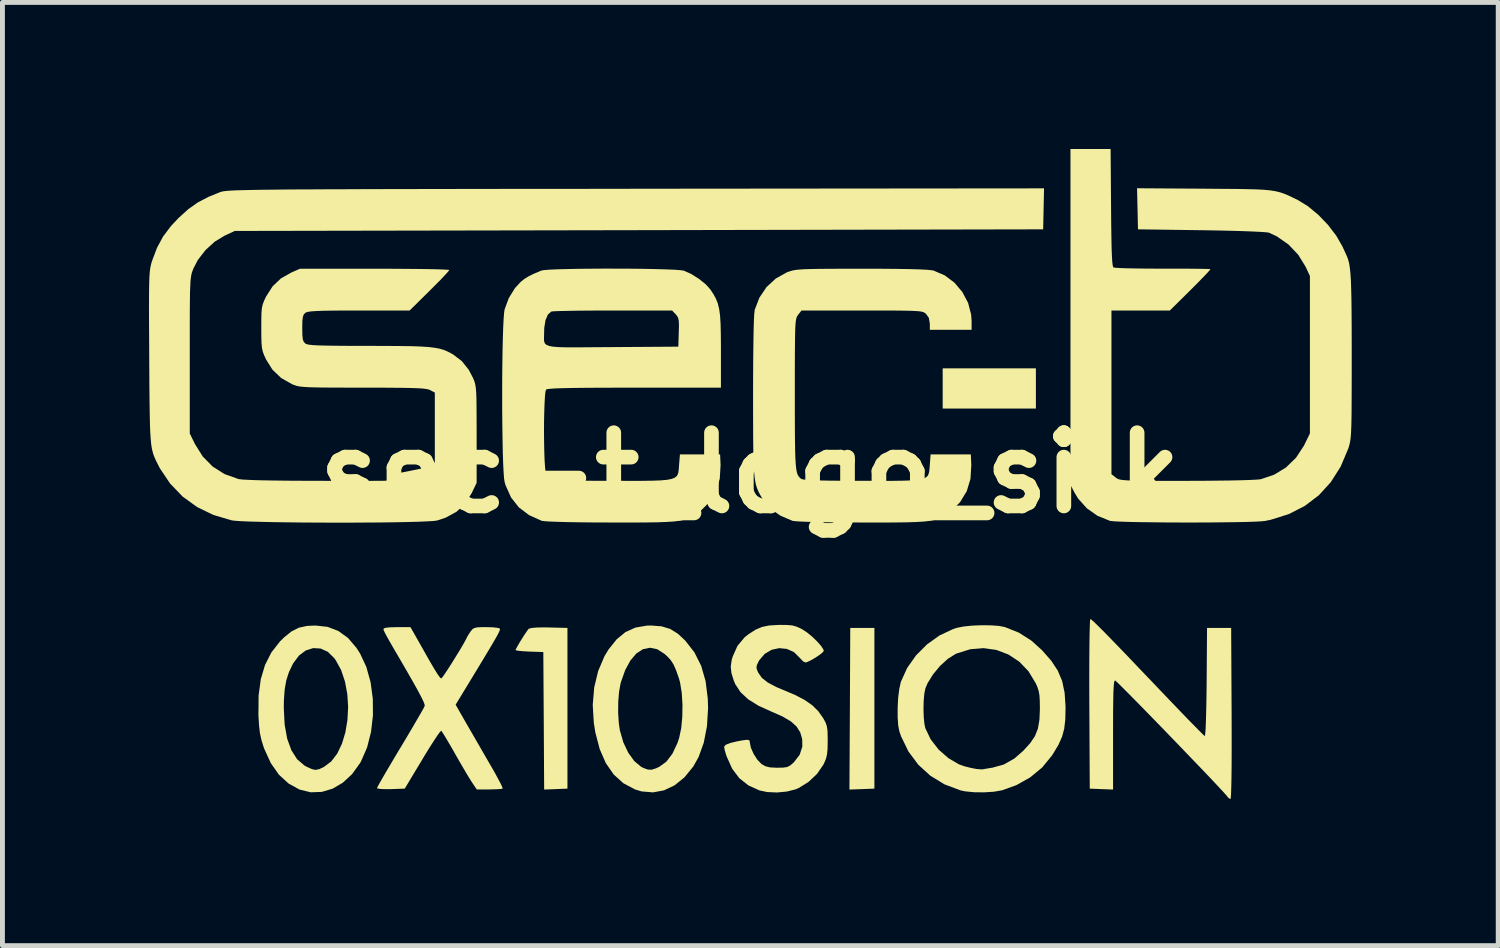
<source format=kicad_pcb>
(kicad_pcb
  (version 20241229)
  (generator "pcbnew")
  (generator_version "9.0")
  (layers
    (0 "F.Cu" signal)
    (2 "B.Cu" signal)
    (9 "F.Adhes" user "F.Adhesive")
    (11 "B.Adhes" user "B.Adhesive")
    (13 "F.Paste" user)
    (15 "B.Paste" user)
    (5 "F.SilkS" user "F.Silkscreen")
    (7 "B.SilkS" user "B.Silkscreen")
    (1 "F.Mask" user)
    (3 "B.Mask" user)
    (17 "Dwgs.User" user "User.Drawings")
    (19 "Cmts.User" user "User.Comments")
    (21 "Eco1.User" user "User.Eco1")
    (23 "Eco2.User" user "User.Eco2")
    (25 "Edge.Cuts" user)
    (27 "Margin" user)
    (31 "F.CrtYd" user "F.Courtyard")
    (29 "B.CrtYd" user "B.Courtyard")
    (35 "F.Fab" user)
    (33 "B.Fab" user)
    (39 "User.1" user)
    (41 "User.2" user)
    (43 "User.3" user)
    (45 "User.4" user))
  (footprint "sec-t_logo_silk"
    (layer "F.Cu")
    (at 12.301 6.63)
    (property "Reference" "sec-t_logo_silk" (at 0 0 0) (layer "F.SilkS") (effects (font (size 1.5 1.5) (thickness 0.3))))
    (attr board_only exclude_from_pos_files exclude_from_bom)
    (fp_poly (pts (xy 2.55 4.82) (xy 2.55 6.465) (xy 2.295 6.475) (xy 2.039 6.484) (xy 2.048 4.83) (xy 2.056 3.175) (xy 2.303 3.175) (xy 2.55 3.175)) (stroke (width 0) (type solid)) (fill yes) (layer "F.SilkS"))
    (fp_poly (pts (xy 5.856 -1.727) (xy 5.856 -1.316) (xy 4.902 -1.316) (xy 3.948 -1.316) (xy 3.948 -1.727) (xy 3.948 -2.139) (xy 4.902 -2.139) (xy 5.856 -2.139)) (stroke (width 0) (type solid)) (fill yes) (layer "F.SilkS"))
    (fp_poly (pts (xy -4.108 3.166) (xy -3.734 3.175) (xy -3.734 4.82) (xy -3.734 6.465) (xy -3.973 6.475) (xy -4.211 6.484) (xy -4.219 5.076) (xy -4.228 3.669) (xy -4.518 3.659) (xy -4.645 3.652) (xy -4.742 3.643) (xy -4.793 3.631) (xy -4.798 3.626) (xy -4.76 3.554) (xy -4.703 3.456) (xy -4.639 3.353) (xy -4.579 3.263) (xy -4.536 3.203) (xy -4.526 3.193) (xy -4.468 3.176) (xy -4.351 3.166) (xy -4.178 3.164)) (stroke (width 0) (type solid)) (fill yes) (layer "F.SilkS"))
    (fp_poly (pts (xy -1.808 3.142) (xy -1.633 3.195) (xy -1.473 3.294) (xy -1.322 3.435) (xy -1.135 3.675) (xy -0.997 3.95) (xy -0.906 4.264) (xy -0.861 4.622) (xy -0.855 4.82) (xy -0.878 5.189) (xy -0.943 5.524) (xy -1.049 5.818) (xy -1.159 6.014) (xy -1.339 6.234) (xy -1.54 6.397) (xy -1.756 6.5) (xy -1.983 6.542) (xy -2.217 6.522) (xy -2.355 6.48) (xy -2.589 6.355) (xy -2.787 6.176) (xy -2.949 5.942) (xy -3.074 5.655) (xy -3.163 5.314) (xy -3.194 5.119) (xy -3.207 4.912) (xy -2.696 4.912) (xy -2.683 5.119) (xy -2.661 5.271) (xy -2.59 5.518) (xy -2.489 5.73) (xy -2.367 5.9) (xy -2.227 6.017) (xy -2.178 6.042) (xy -2.088 6.075) (xy -2.011 6.078) (xy -1.922 6.05) (xy -1.855 6.019) (xy -1.71 5.914) (xy -1.585 5.75) (xy -1.483 5.534) (xy -1.447 5.427) (xy -1.405 5.229) (xy -1.383 4.995) (xy -1.379 4.746) (xy -1.394 4.505) (xy -1.428 4.294) (xy -1.451 4.209) (xy -1.509 4.044) (xy -1.561 3.925) (xy -1.62 3.834) (xy -1.694 3.754) (xy -1.749 3.705) (xy -1.897 3.611) (xy -2.045 3.581) (xy -2.188 3.61) (xy -2.323 3.698) (xy -2.445 3.841) (xy -2.551 4.036) (xy -2.638 4.281) (xy -2.648 4.32) (xy -2.678 4.487) (xy -2.694 4.692) (xy -2.696 4.912) (xy -3.207 4.912) (xy -3.216 4.75) (xy -3.186 4.392) (xy -3.105 4.057) (xy -2.976 3.754) (xy -2.892 3.615) (xy -2.725 3.407) (xy -2.545 3.259) (xy -2.342 3.168) (xy -2.109 3.128) (xy -2.019 3.126)) (stroke (width 0) (type solid)) (fill yes) (layer "F.SilkS"))
    (fp_poly (pts (xy -8.645 3.153) (xy -8.424 3.238) (xy -8.227 3.38) (xy -8.053 3.584) (xy -7.98 3.698) (xy -7.851 3.974) (xy -7.764 4.287) (xy -7.719 4.622) (xy -7.716 4.966) (xy -7.755 5.303) (xy -7.835 5.62) (xy -7.958 5.903) (xy -7.98 5.942) (xy -8.143 6.168) (xy -8.332 6.343) (xy -8.541 6.466) (xy -8.763 6.532) (xy -8.99 6.54) (xy -9.216 6.485) (xy -9.217 6.485) (xy -9.443 6.361) (xy -9.641 6.18) (xy -9.807 5.943) (xy -9.94 5.652) (xy -9.958 5.602) (xy -10 5.465) (xy -10.029 5.333) (xy -10.047 5.182) (xy -10.059 4.992) (xy -10.061 4.941) (xy -10.059 4.817) (xy -9.541 4.817) (xy -9.524 5.153) (xy -9.472 5.442) (xy -9.386 5.679) (xy -9.268 5.864) (xy -9.117 5.993) (xy -9.074 6.017) (xy -8.968 6.065) (xy -8.892 6.082) (xy -8.818 6.067) (xy -8.72 6.021) (xy -8.571 5.91) (xy -8.447 5.748) (xy -8.35 5.545) (xy -8.28 5.312) (xy -8.238 5.057) (xy -8.224 4.792) (xy -8.241 4.527) (xy -8.289 4.272) (xy -8.368 4.036) (xy -8.481 3.831) (xy -8.508 3.794) (xy -8.639 3.665) (xy -8.786 3.597) (xy -8.939 3.588) (xy -9.09 3.636) (xy -9.229 3.74) (xy -9.348 3.899) (xy -9.357 3.915) (xy -9.436 4.08) (xy -9.49 4.247) (xy -9.523 4.434) (xy -9.539 4.658) (xy -9.541 4.817) (xy -10.059 4.817) (xy -10.057 4.559) (xy -10.012 4.225) (xy -9.925 3.933) (xy -9.795 3.677) (xy -9.618 3.45) (xy -9.531 3.365) (xy -9.381 3.245) (xy -9.234 3.171) (xy -9.067 3.134) (xy -8.895 3.126)) (stroke (width 0) (type solid)) (fill yes) (layer "F.SilkS"))
    (fp_poly (pts (xy 6.987 3.002) (xy 7.02 3.029) (xy 7.072 3.078) (xy 7.147 3.151) (xy 7.247 3.251) (xy 7.375 3.382) (xy 7.535 3.547) (xy 7.729 3.748) (xy 7.959 3.99) (xy 8.23 4.273) (xy 8.454 4.508) (xy 8.644 4.707) (xy 8.821 4.891) (xy 8.978 5.054) (xy 9.112 5.19) (xy 9.216 5.296) (xy 9.285 5.364) (xy 9.314 5.39) (xy 9.314 5.39) (xy 9.321 5.361) (xy 9.329 5.273) (xy 9.335 5.133) (xy 9.341 4.947) (xy 9.346 4.723) (xy 9.35 4.467) (xy 9.352 4.288) (xy 9.36 3.175) (xy 9.607 3.175) (xy 9.854 3.175) (xy 9.863 4.927) (xy 9.864 5.333) (xy 9.864 5.691) (xy 9.863 5.998) (xy 9.86 6.251) (xy 9.856 6.448) (xy 9.851 6.586) (xy 9.845 6.663) (xy 9.839 6.679) (xy 9.797 6.654) (xy 9.782 6.634) (xy 9.751 6.597) (xy 9.681 6.52) (xy 9.576 6.407) (xy 9.443 6.265) (xy 9.285 6.099) (xy 9.108 5.915) (xy 8.919 5.718) (xy 8.722 5.513) (xy 8.522 5.306) (xy 8.325 5.103) (xy 8.136 4.909) (xy 7.961 4.73) (xy 7.805 4.572) (xy 7.673 4.439) (xy 7.571 4.337) (xy 7.504 4.272) (xy 7.477 4.25) (xy 7.466 4.26) (xy 7.456 4.3) (xy 7.449 4.375) (xy 7.443 4.491) (xy 7.44 4.653) (xy 7.437 4.866) (xy 7.436 5.135) (xy 7.436 5.362) (xy 7.436 6.484) (xy 7.197 6.475) (xy 6.959 6.465) (xy 6.95 4.73) (xy 6.949 4.391) (xy 6.949 4.075) (xy 6.95 3.789) (xy 6.952 3.538) (xy 6.955 3.328) (xy 6.959 3.164) (xy 6.963 3.052) (xy 6.968 2.998) (xy 6.97 2.994)) (stroke (width 0) (type solid)) (fill yes) (layer "F.SilkS"))
    (fp_poly (pts (xy 4.933 3.122) (xy 5.099 3.134) (xy 5.219 3.157) (xy 5.508 3.272) (xy 5.765 3.436) (xy 5.978 3.628) (xy 6.168 3.843) (xy 6.304 4.049) (xy 6.394 4.263) (xy 6.444 4.501) (xy 6.463 4.782) (xy 6.463 4.82) (xy 6.458 5.052) (xy 6.436 5.24) (xy 6.391 5.405) (xy 6.318 5.568) (xy 6.209 5.75) (xy 6.179 5.795) (xy 5.984 6.033) (xy 5.739 6.235) (xy 5.456 6.394) (xy 5.164 6.499) (xy 4.999 6.528) (xy 4.8 6.541) (xy 4.594 6.539) (xy 4.408 6.521) (xy 4.31 6.5) (xy 3.984 6.377) (xy 3.695 6.2) (xy 3.448 5.975) (xy 3.247 5.705) (xy 3.096 5.394) (xy 3.063 5.3) (xy 3.038 5.175) (xy 3.026 5.005) (xy 3.026 4.831) (xy 3.555 4.831) (xy 3.56 4.998) (xy 3.574 5.142) (xy 3.593 5.229) (xy 3.702 5.456) (xy 3.864 5.665) (xy 4.066 5.842) (xy 4.277 5.966) (xy 4.381 6.004) (xy 4.508 6.037) (xy 4.634 6.062) (xy 4.735 6.071) (xy 4.771 6.069) (xy 4.832 6.058) (xy 4.928 6.042) (xy 4.968 6.036) (xy 5.198 5.972) (xy 5.412 5.851) (xy 5.595 5.693) (xy 5.738 5.536) (xy 5.837 5.39) (xy 5.898 5.235) (xy 5.929 5.053) (xy 5.938 4.837) (xy 5.936 4.672) (xy 5.929 4.553) (xy 5.912 4.461) (xy 5.883 4.375) (xy 5.852 4.306) (xy 5.704 4.062) (xy 5.516 3.866) (xy 5.295 3.72) (xy 5.049 3.626) (xy 4.786 3.589) (xy 4.515 3.611) (xy 4.244 3.695) (xy 4.213 3.708) (xy 4.055 3.807) (xy 3.895 3.952) (xy 3.752 4.124) (xy 3.639 4.306) (xy 3.595 4.409) (xy 3.573 4.514) (xy 3.559 4.662) (xy 3.555 4.831) (xy 3.026 4.831) (xy 3.026 4.812) (xy 3.036 4.614) (xy 3.058 4.433) (xy 3.089 4.288) (xy 3.095 4.272) (xy 3.221 3.994) (xy 3.402 3.738) (xy 3.626 3.513) (xy 3.882 3.33) (xy 4.16 3.199) (xy 4.24 3.173) (xy 4.376 3.146) (xy 4.551 3.128) (xy 4.743 3.12)) (stroke (width 0) (type solid)) (fill yes) (layer "F.SilkS"))
    (fp_poly (pts (xy -6.859 3.315) (xy -6.788 3.44) (xy -6.713 3.573) (xy -6.687 3.619) (xy -6.562 3.84) (xy -6.464 4.007) (xy -6.393 4.122) (xy -6.345 4.189) (xy -6.318 4.211) (xy -6.318 4.211) (xy -6.294 4.185) (xy -6.244 4.114) (xy -6.175 4.01) (xy -6.096 3.886) (xy -6.013 3.752) (xy -5.933 3.622) (xy -5.865 3.506) (xy -5.816 3.417) (xy -5.794 3.373) (xy -5.768 3.325) (xy -5.721 3.253) (xy -5.718 3.249) (xy -5.682 3.204) (xy -5.641 3.177) (xy -5.578 3.163) (xy -5.476 3.159) (xy -5.396 3.159) (xy -5.271 3.162) (xy -5.174 3.172) (xy -5.122 3.185) (xy -5.118 3.189) (xy -5.115 3.203) (xy -5.122 3.228) (xy -5.14 3.27) (xy -5.174 3.335) (xy -5.226 3.427) (xy -5.3 3.553) (xy -5.399 3.718) (xy -5.525 3.927) (xy -5.682 4.186) (xy -5.705 4.224) (xy -6.023 4.747) (xy -5.814 5.113) (xy -5.72 5.275) (xy -5.605 5.474) (xy -5.483 5.686) (xy -5.364 5.892) (xy -5.323 5.962) (xy -5.231 6.122) (xy -5.155 6.261) (xy -5.097 6.371) (xy -5.065 6.442) (xy -5.06 6.464) (xy -5.099 6.472) (xy -5.187 6.478) (xy -5.306 6.481) (xy -5.334 6.482) (xy -5.59 6.482) (xy -5.685 6.342) (xy -5.735 6.264) (xy -5.808 6.142) (xy -5.897 5.991) (xy -5.993 5.825) (xy -6.036 5.749) (xy -6.125 5.593) (xy -6.204 5.459) (xy -6.267 5.355) (xy -6.307 5.293) (xy -6.318 5.28) (xy -6.342 5.302) (xy -6.394 5.373) (xy -6.468 5.485) (xy -6.56 5.629) (xy -6.665 5.799) (xy -6.704 5.865) (xy -7.065 6.465) (xy -7.349 6.475) (xy -7.476 6.476) (xy -7.574 6.471) (xy -7.628 6.46) (xy -7.633 6.454) (xy -7.617 6.42) (xy -7.571 6.336) (xy -7.499 6.211) (xy -7.406 6.052) (xy -7.296 5.866) (xy -7.174 5.661) (xy -7.151 5.624) (xy -7.026 5.415) (xy -6.912 5.222) (xy -6.814 5.054) (xy -6.735 4.918) (xy -6.681 4.822) (xy -6.657 4.773) (xy -6.656 4.77) (xy -6.66 4.738) (xy -6.684 4.677) (xy -6.731 4.581) (xy -6.802 4.447) (xy -6.901 4.27) (xy -7.03 4.045) (xy -7.172 3.8) (xy -7.288 3.602) (xy -7.374 3.453) (xy -7.434 3.345) (xy -7.473 3.272) (xy -7.494 3.226) (xy -7.501 3.2) (xy -7.502 3.196) (xy -7.471 3.175) (xy -7.378 3.163) (xy -7.225 3.159) (xy -6.948 3.159)) (stroke (width 0) (type solid)) (fill yes) (layer "F.SilkS"))
    (fp_poly (pts (xy 0.768 3.115) (xy 0.873 3.125) (xy 0.958 3.149) (xy 1.048 3.19) (xy 1.08 3.208) (xy 1.177 3.272) (xy 1.282 3.359) (xy 1.38 3.455) (xy 1.46 3.546) (xy 1.507 3.619) (xy 1.513 3.646) (xy 1.487 3.68) (xy 1.421 3.732) (xy 1.333 3.79) (xy 1.242 3.842) (xy 1.167 3.876) (xy 1.137 3.882) (xy 1.088 3.858) (xy 1.03 3.797) (xy 1.023 3.788) (xy 0.903 3.67) (xy 0.758 3.605) (xy 0.601 3.589) (xy 0.445 3.623) (xy 0.305 3.706) (xy 0.194 3.835) (xy 0.182 3.856) (xy 0.143 3.937) (xy 0.135 3.995) (xy 0.159 4.064) (xy 0.173 4.093) (xy 0.246 4.197) (xy 0.367 4.293) (xy 0.543 4.386) (xy 0.674 4.441) (xy 0.927 4.548) (xy 1.126 4.652) (xy 1.281 4.761) (xy 1.402 4.881) (xy 1.501 5.021) (xy 1.506 5.03) (xy 1.549 5.109) (xy 1.575 5.182) (xy 1.589 5.27) (xy 1.593 5.391) (xy 1.594 5.494) (xy 1.591 5.652) (xy 1.58 5.764) (xy 1.559 5.853) (xy 1.523 5.939) (xy 1.505 5.976) (xy 1.376 6.163) (xy 1.201 6.328) (xy 1.001 6.452) (xy 0.933 6.481) (xy 0.757 6.525) (xy 0.555 6.544) (xy 0.355 6.535) (xy 0.197 6.502) (xy -0.03 6.399) (xy -0.215 6.252) (xy -0.362 6.057) (xy -0.474 5.808) (xy -0.49 5.761) (xy -0.515 5.674) (xy -0.526 5.61) (xy -0.526 5.606) (xy -0.494 5.568) (xy -0.401 5.531) (xy -0.252 5.495) (xy -0.14 5.475) (xy -0.052 5.465) (xy -0.012 5.474) (xy -0.000336 5.508) (xy 0 5.524) (xy 0.022 5.63) (xy 0.078 5.755) (xy 0.154 5.873) (xy 0.236 5.959) (xy 0.242 5.964) (xy 0.319 6.007) (xy 0.41 6.03) (xy 0.538 6.037) (xy 0.566 6.037) (xy 0.687 6.035) (xy 0.767 6.022) (xy 0.828 5.99) (xy 0.894 5.933) (xy 0.902 5.925) (xy 1.021 5.771) (xy 1.075 5.603) (xy 1.072 5.454) (xy 1.032 5.314) (xy 0.957 5.194) (xy 0.839 5.088) (xy 0.671 4.989) (xy 0.445 4.889) (xy 0.444 4.889) (xy 0.175 4.767) (xy -0.035 4.636) (xy -0.191 4.49) (xy -0.298 4.327) (xy -0.328 4.257) (xy -0.377 4.099) (xy -0.391 3.968) (xy -0.372 3.834) (xy -0.353 3.767) (xy -0.254 3.544) (xy -0.106 3.366) (xy -0.026 3.303) (xy 0.116 3.212) (xy 0.249 3.155) (xy 0.396 3.125) (xy 0.579 3.114) (xy 0.62 3.113)) (stroke (width 0) (type solid)) (fill yes) (layer "F.SilkS"))
    (fp_poly (pts (xy 2.681 -4.178) (xy 3.006 -4.175) (xy 3.271 -4.171) (xy 3.477 -4.165) (xy 3.629 -4.157) (xy 3.728 -4.147) (xy 3.763 -4.14) (xy 3.991 -4.042) (xy 4.19 -3.892) (xy 4.351 -3.701) (xy 4.468 -3.48) (xy 4.531 -3.239) (xy 4.54 -3.105) (xy 4.54 -2.928) (xy 4.113 -2.928) (xy 3.685 -2.928) (xy 3.685 -3.054) (xy 3.664 -3.174) (xy 3.609 -3.252) (xy 3.588 -3.27) (xy 3.564 -3.285) (xy 3.53 -3.297) (xy 3.48 -3.306) (xy 3.407 -3.312) (xy 3.304 -3.317) (xy 3.165 -3.32) (xy 2.984 -3.322) (xy 2.753 -3.323) (xy 2.466 -3.323) (xy 2.295 -3.323) (xy 1.058 -3.323) (xy 0.989 -3.236) (xy 0.974 -3.215) (xy 0.96 -3.189) (xy 0.95 -3.154) (xy 0.941 -3.104) (xy 0.934 -3.033) (xy 0.929 -2.935) (xy 0.926 -2.804) (xy 0.924 -2.634) (xy 0.922 -2.419) (xy 0.921 -2.154) (xy 0.921 -1.832) (xy 0.921 -1.606) (xy 0.921 -1.236) (xy 0.922 -0.926) (xy 0.924 -0.671) (xy 0.927 -0.465) (xy 0.932 -0.301) (xy 0.94 -0.174) (xy 0.95 -0.079) (xy 0.963 -0.009) (xy 0.98 0.04) (xy 1.001 0.076) (xy 1.026 0.103) (xy 1.05 0.122) (xy 1.083 0.134) (xy 1.154 0.143) (xy 1.266 0.15) (xy 1.425 0.156) (xy 1.634 0.16) (xy 1.9 0.162) (xy 2.225 0.163) (xy 2.308 0.163) (xy 2.641 0.164) (xy 2.915 0.164) (xy 3.135 0.161) (xy 3.307 0.155) (xy 3.437 0.143) (xy 3.532 0.125) (xy 3.597 0.099) (xy 3.639 0.064) (xy 3.662 0.017) (xy 3.674 -0.042) (xy 3.681 -0.115) (xy 3.685 -0.17) (xy 3.701 -0.378) (xy 4.113 -0.378) (xy 4.524 -0.378) (xy 4.534 -0.158) (xy 4.517 0.123) (xy 4.441 0.375) (xy 4.305 0.599) (xy 4.112 0.792) (xy 4.088 0.811) (xy 4.021 0.86) (xy 3.955 0.901) (xy 3.885 0.934) (xy 3.802 0.96) (xy 3.702 0.981) (xy 3.577 0.996) (xy 3.42 1.006) (xy 3.225 1.013) (xy 2.985 1.016) (xy 2.693 1.018) (xy 2.344 1.017) (xy 2.282 1.017) (xy 1.948 1.016) (xy 1.649 1.013) (xy 1.39 1.008) (xy 1.178 1.003) (xy 1.016 0.996) (xy 0.911 0.988) (xy 0.872 0.982) (xy 0.627 0.877) (xy 0.435 0.744) (xy 0.287 0.576) (xy 0.246 0.511) (xy 0.207 0.443) (xy 0.174 0.379) (xy 0.147 0.314) (xy 0.124 0.24) (xy 0.107 0.153) (xy 0.093 0.045) (xy 0.083 -0.089) (xy 0.076 -0.255) (xy 0.071 -0.459) (xy 0.068 -0.708) (xy 0.067 -1.007) (xy 0.066 -1.362) (xy 0.066 -1.579) (xy 0.067 -1.985) (xy 0.069 -2.343) (xy 0.073 -2.653) (xy 0.077 -2.909) (xy 0.083 -3.11) (xy 0.09 -3.252) (xy 0.099 -3.331) (xy 0.101 -3.34) (xy 0.196 -3.587) (xy 0.342 -3.803) (xy 0.53 -3.977) (xy 0.751 -4.101) (xy 0.776 -4.111) (xy 0.824 -4.128) (xy 0.874 -4.142) (xy 0.932 -4.153) (xy 1.005 -4.161) (xy 1.1 -4.168) (xy 1.225 -4.172) (xy 1.385 -4.175) (xy 1.588 -4.177) (xy 1.84 -4.178) (xy 2.148 -4.178) (xy 2.292 -4.178)) (stroke (width 0) (type solid)) (fill yes) (layer "F.SilkS"))
    (fp_poly (pts (xy 7.395 -5.43) (xy 7.398 -5.098) (xy 7.402 -4.826) (xy 7.406 -4.61) (xy 7.412 -4.446) (xy 7.419 -4.328) (xy 7.428 -4.251) (xy 7.439 -4.212) (xy 7.444 -4.205) (xy 7.487 -4.198) (xy 7.586 -4.192) (xy 7.734 -4.187) (xy 7.922 -4.184) (xy 8.142 -4.181) (xy 8.384 -4.18) (xy 8.451 -4.18) (xy 8.696 -4.18) (xy 8.919 -4.18) (xy 9.112 -4.178) (xy 9.266 -4.176) (xy 9.374 -4.174) (xy 9.426 -4.171) (xy 9.429 -4.17) (xy 9.411 -4.144) (xy 9.353 -4.08) (xy 9.262 -3.985) (xy 9.146 -3.866) (xy 9.02 -3.74) (xy 8.598 -3.323) (xy 8 -3.323) (xy 7.403 -3.323) (xy 7.403 -1.647) (xy 7.403 0.028) (xy 7.49 0.096) (xy 7.513 0.113) (xy 7.54 0.127) (xy 7.576 0.138) (xy 7.63 0.146) (xy 7.706 0.153) (xy 7.81 0.158) (xy 7.95 0.161) (xy 8.131 0.163) (xy 8.36 0.164) (xy 8.643 0.164) (xy 8.945 0.164) (xy 9.262 0.163) (xy 9.557 0.16) (xy 9.823 0.157) (xy 10.053 0.152) (xy 10.239 0.146) (xy 10.376 0.139) (xy 10.455 0.132) (xy 10.463 0.13) (xy 10.736 0.037) (xy 10.978 -0.111) (xy 11.183 -0.311) (xy 11.343 -0.555) (xy 11.355 -0.579) (xy 11.466 -0.806) (xy 11.466 -2.418) (xy 11.466 -4.03) (xy 11.378 -4.219) (xy 11.228 -4.463) (xy 11.028 -4.674) (xy 10.789 -4.841) (xy 10.627 -4.917) (xy 10.577 -4.924) (xy 10.468 -4.932) (xy 10.309 -4.94) (xy 10.107 -4.948) (xy 9.869 -4.955) (xy 9.604 -4.961) (xy 9.319 -4.966) (xy 9.245 -4.967) (xy 7.946 -4.985) (xy 7.937 -5.405) (xy 7.927 -5.826) (xy 9.302 -5.817) (xy 9.649 -5.814) (xy 9.937 -5.812) (xy 10.174 -5.808) (xy 10.368 -5.803) (xy 10.524 -5.795) (xy 10.652 -5.783) (xy 10.758 -5.766) (xy 10.85 -5.744) (xy 10.934 -5.716) (xy 11.019 -5.681) (xy 11.111 -5.637) (xy 11.216 -5.586) (xy 11.426 -5.458) (xy 11.638 -5.282) (xy 11.836 -5.076) (xy 12.006 -4.854) (xy 12.132 -4.634) (xy 12.137 -4.623) (xy 12.176 -4.538) (xy 12.205 -4.475) (xy 12.23 -4.418) (xy 12.252 -4.355) (xy 12.27 -4.282) (xy 12.284 -4.191) (xy 12.296 -4.079) (xy 12.305 -3.937) (xy 12.311 -3.762) (xy 12.316 -3.546) (xy 12.319 -3.286) (xy 12.321 -2.973) (xy 12.322 -2.604) (xy 12.322 -2.385) (xy 12.322 -2.01) (xy 12.321 -1.694) (xy 12.32 -1.432) (xy 12.319 -1.218) (xy 12.316 -1.045) (xy 12.312 -0.908) (xy 12.307 -0.801) (xy 12.3 -0.717) (xy 12.291 -0.65) (xy 12.28 -0.595) (xy 12.267 -0.546) (xy 12.251 -0.496) (xy 12.247 -0.486) (xy 12.095 -0.126) (xy 11.895 0.189) (xy 11.65 0.458) (xy 11.362 0.677) (xy 11.034 0.845) (xy 10.668 0.96) (xy 10.547 0.985) (xy 10.469 0.993) (xy 10.335 1) (xy 10.155 1.006) (xy 9.936 1.01) (xy 9.686 1.013) (xy 9.416 1.016) (xy 9.132 1.017) (xy 8.843 1.017) (xy 8.557 1.016) (xy 8.284 1.013) (xy 8.031 1.01) (xy 7.806 1.006) (xy 7.619 1) (xy 7.477 0.994) (xy 7.389 0.986) (xy 7.37 0.982) (xy 7.119 0.881) (xy 6.9 0.727) (xy 6.723 0.53) (xy 6.651 0.413) (xy 6.564 0.247) (xy 6.564 -3.191) (xy 6.564 -6.63) (xy 6.975 -6.63) (xy 7.386 -6.63)) (stroke (width 0) (type solid)) (fill yes) (layer "F.SilkS"))
    (fp_poly (pts (xy -2.691 -4.18) (xy -2.419 -4.179) (xy -2.16 -4.176) (xy -1.922 -4.171) (xy -1.713 -4.165) (xy -1.543 -4.158) (xy -1.421 -4.149) (xy -1.354 -4.139) (xy -1.351 -4.139) (xy -1.197 -4.069) (xy -1.04 -3.97) (xy -0.901 -3.858) (xy -0.809 -3.755) (xy -0.744 -3.656) (xy -0.694 -3.564) (xy -0.656 -3.468) (xy -0.629 -3.358) (xy -0.61 -3.223) (xy -0.599 -3.055) (xy -0.594 -2.843) (xy -0.592 -2.577) (xy -0.592 -2.517) (xy -0.592 -1.744) (xy -2.362 -1.744) (xy -2.775 -1.743) (xy -3.126 -1.742) (xy -3.418 -1.74) (xy -3.657 -1.737) (xy -3.845 -1.733) (xy -3.987 -1.728) (xy -4.086 -1.721) (xy -4.146 -1.713) (xy -4.172 -1.704) (xy -4.185 -1.659) (xy -4.195 -1.559) (xy -4.203 -1.416) (xy -4.209 -1.24) (xy -4.213 -1.042) (xy -4.214 -0.834) (xy -4.212 -0.627) (xy -4.208 -0.431) (xy -4.202 -0.258) (xy -4.193 -0.118) (xy -4.182 -0.024) (xy -4.173 0.01) (xy -4.152 0.049) (xy -4.128 0.08) (xy -4.095 0.105) (xy -4.048 0.125) (xy -3.978 0.139) (xy -3.88 0.149) (xy -3.747 0.156) (xy -3.574 0.16) (xy -3.352 0.162) (xy -3.076 0.163) (xy -2.825 0.163) (xy -2.491 0.164) (xy -2.218 0.164) (xy -1.998 0.161) (xy -1.826 0.155) (xy -1.695 0.143) (xy -1.601 0.125) (xy -1.536 0.099) (xy -1.494 0.064) (xy -1.47 0.017) (xy -1.458 -0.042) (xy -1.452 -0.115) (xy -1.448 -0.17) (xy -1.431 -0.378) (xy -1.02 -0.378) (xy -0.609 -0.378) (xy -0.599 -0.158) (xy -0.616 0.123) (xy -0.692 0.375) (xy -0.827 0.599) (xy -1.021 0.792) (xy -1.045 0.811) (xy -1.112 0.86) (xy -1.177 0.901) (xy -1.248 0.934) (xy -1.33 0.96) (xy -1.431 0.981) (xy -1.556 0.996) (xy -1.713 1.006) (xy -1.908 1.013) (xy -2.148 1.016) (xy -2.439 1.018) (xy -2.789 1.017) (xy -2.851 1.017) (xy -3.175 1.016) (xy -3.467 1.013) (xy -3.724 1.009) (xy -3.937 1.003) (xy -4.103 0.997) (xy -4.213 0.989) (xy -4.261 0.982) (xy -4.519 0.866) (xy -4.729 0.707) (xy -4.889 0.504) (xy -5 0.257) (xy -5.02 0.19) (xy -5.032 0.111) (xy -5.042 -0.026) (xy -5.051 -0.212) (xy -5.058 -0.439) (xy -5.063 -0.698) (xy -5.067 -0.983) (xy -5.07 -1.283) (xy -5.07 -1.591) (xy -5.07 -1.899) (xy -5.067 -2.198) (xy -5.063 -2.481) (xy -5.057 -2.738) (xy -5.057 -2.742) (xy -4.215 -2.742) (xy -4.211 -2.69) (xy -4.196 -2.649) (xy -4.163 -2.619) (xy -4.107 -2.597) (xy -4.022 -2.582) (xy -3.902 -2.573) (xy -3.742 -2.569) (xy -3.536 -2.569) (xy -3.278 -2.571) (xy -2.962 -2.573) (xy -2.818 -2.574) (xy -1.464 -2.583) (xy -1.455 -2.875) (xy -1.451 -3.019) (xy -1.455 -3.113) (xy -1.469 -3.175) (xy -1.496 -3.221) (xy -1.518 -3.245) (xy -1.591 -3.323) (xy -2.8 -3.323) (xy -3.077 -3.323) (xy -3.335 -3.321) (xy -3.566 -3.319) (xy -3.761 -3.315) (xy -3.914 -3.312) (xy -4.017 -3.307) (xy -4.062 -3.303) (xy -4.062 -3.303) (xy -4.133 -3.242) (xy -4.183 -3.127) (xy -4.209 -2.967) (xy -4.211 -2.883) (xy -4.213 -2.806) (xy -4.215 -2.742) (xy -5.057 -2.742) (xy -5.05 -2.962) (xy -5.041 -3.145) (xy -5.031 -3.277) (xy -5.02 -3.348) (xy -4.934 -3.579) (xy -4.809 -3.781) (xy -4.691 -3.909) (xy -4.618 -3.968) (xy -4.54 -4.017) (xy -4.44 -4.068) (xy -4.298 -4.128) (xy -4.267 -4.141) (xy -4.209 -4.151) (xy -4.094 -4.16) (xy -3.931 -4.167) (xy -3.727 -4.172) (xy -3.493 -4.177) (xy -3.236 -4.179) (xy -2.966 -4.181)) (stroke (width 0) (type solid)) (fill yes) (layer "F.SilkS"))
    (fp_poly (pts (xy 6.014 -5.404) (xy 6.005 -4.985) (xy -2.27 -4.968) (xy -10.545 -4.952) (xy -10.752 -4.856) (xy -10.956 -4.732) (xy -11.144 -4.56) (xy -11.299 -4.361) (xy -11.389 -4.188) (xy -11.407 -4.143) (xy -11.422 -4.101) (xy -11.434 -4.054) (xy -11.443 -3.996) (xy -11.451 -3.922) (xy -11.456 -3.825) (xy -11.461 -3.7) (xy -11.463 -3.539) (xy -11.465 -3.338) (xy -11.466 -3.089) (xy -11.466 -2.787) (xy -11.466 -2.426) (xy -11.466 -2.402) (xy -11.466 -0.806) (xy -11.358 -0.586) (xy -11.2 -0.334) (xy -10.998 -0.129) (xy -10.755 0.025) (xy -10.474 0.125) (xy -10.456 0.129) (xy -10.382 0.138) (xy -10.244 0.145) (xy -10.042 0.152) (xy -9.778 0.157) (xy -9.454 0.161) (xy -9.07 0.163) (xy -8.627 0.164) (xy -8.472 0.165) (xy -8.072 0.164) (xy -7.732 0.164) (xy -7.447 0.162) (xy -7.212 0.16) (xy -7.023 0.157) (xy -6.874 0.153) (xy -6.759 0.148) (xy -6.674 0.142) (xy -6.613 0.134) (xy -6.572 0.124) (xy -6.546 0.114) (xy -6.449 0.064) (xy -6.449 -0.79) (xy -6.449 -1.643) (xy -6.546 -1.694) (xy -6.579 -1.707) (xy -6.629 -1.717) (xy -6.701 -1.726) (xy -6.802 -1.732) (xy -6.937 -1.737) (xy -7.114 -1.74) (xy -7.338 -1.742) (xy -7.616 -1.744) (xy -7.925 -1.744) (xy -8.25 -1.744) (xy -8.517 -1.745) (xy -8.732 -1.746) (xy -8.901 -1.749) (xy -9.032 -1.753) (xy -9.132 -1.759) (xy -9.207 -1.767) (xy -9.265 -1.777) (xy -9.311 -1.791) (xy -9.354 -1.807) (xy -9.365 -1.811) (xy -9.595 -1.941) (xy -9.774 -2.113) (xy -9.902 -2.317) (xy -9.943 -2.405) (xy -9.971 -2.48) (xy -9.988 -2.558) (xy -9.997 -2.654) (xy -10.001 -2.783) (xy -10.002 -2.963) (xy -10.002 -2.969) (xy -10.001 -3.149) (xy -9.998 -3.279) (xy -9.989 -3.375) (xy -9.972 -3.45) (xy -9.945 -3.522) (xy -9.906 -3.604) (xy -9.902 -3.612) (xy -9.769 -3.82) (xy -9.6 -3.98) (xy -9.386 -4.101) (xy -9.211 -4.178) (xy -7.682 -4.178) (xy -7.371 -4.178) (xy -7.082 -4.176) (xy -6.821 -4.174) (xy -6.593 -4.171) (xy -6.406 -4.167) (xy -6.266 -4.162) (xy -6.18 -4.157) (xy -6.153 -4.152) (xy -6.175 -4.121) (xy -6.237 -4.053) (xy -6.33 -3.954) (xy -6.449 -3.834) (xy -6.559 -3.724) (xy -6.965 -3.323) (xy -8 -3.323) (xy -8.3 -3.323) (xy -8.54 -3.321) (xy -8.728 -3.318) (xy -8.869 -3.313) (xy -8.971 -3.306) (xy -9.041 -3.297) (xy -9.083 -3.285) (xy -9.099 -3.276) (xy -9.132 -3.243) (xy -9.151 -3.191) (xy -9.161 -3.105) (xy -9.163 -2.97) (xy -9.163 -2.961) (xy -9.161 -2.823) (xy -9.152 -2.735) (xy -9.133 -2.682) (xy -9.101 -2.648) (xy -9.099 -2.646) (xy -9.072 -2.634) (xy -9.024 -2.623) (xy -8.948 -2.615) (xy -8.84 -2.609) (xy -8.692 -2.605) (xy -8.499 -2.602) (xy -8.255 -2.6) (xy -7.954 -2.599) (xy -7.8 -2.599) (xy -7.452 -2.598) (xy -7.164 -2.596) (xy -6.927 -2.593) (xy -6.735 -2.586) (xy -6.58 -2.576) (xy -6.455 -2.561) (xy -6.353 -2.542) (xy -6.268 -2.517) (xy -6.191 -2.485) (xy -6.117 -2.447) (xy -6.073 -2.422) (xy -5.896 -2.287) (xy -5.755 -2.11) (xy -5.67 -1.948) (xy -5.648 -1.897) (xy -5.631 -1.848) (xy -5.618 -1.792) (xy -5.608 -1.721) (xy -5.601 -1.628) (xy -5.597 -1.503) (xy -5.595 -1.34) (xy -5.594 -1.129) (xy -5.593 -0.863) (xy -5.593 -0.785) (xy -5.593 0.204) (xy -5.693 0.413) (xy -5.827 0.628) (xy -6.004 0.796) (xy -6.227 0.918) (xy -6.398 0.975) (xy -6.468 0.985) (xy -6.598 0.993) (xy -6.778 1.001) (xy -7.002 1.007) (xy -7.262 1.012) (xy -7.552 1.016) (xy -7.863 1.018) (xy -8.188 1.02) (xy -8.521 1.02) (xy -8.853 1.019) (xy -9.178 1.017) (xy -9.488 1.013) (xy -9.775 1.009) (xy -10.033 1.003) (xy -10.254 0.997) (xy -10.431 0.989) (xy -10.555 0.98) (xy -10.611 0.972) (xy -10.981 0.863) (xy -11.317 0.7) (xy -11.613 0.485) (xy -11.868 0.22) (xy -12.077 -0.091) (xy -12.156 -0.246) (xy -12.184 -0.308) (xy -12.208 -0.369) (xy -12.227 -0.433) (xy -12.244 -0.508) (xy -12.257 -0.598) (xy -12.267 -0.71) (xy -12.276 -0.849) (xy -12.282 -1.023) (xy -12.286 -1.235) (xy -12.29 -1.493) (xy -12.293 -1.802) (xy -12.295 -2.168) (xy -12.296 -2.368) (xy -12.298 -2.753) (xy -12.3 -3.079) (xy -12.301 -3.351) (xy -12.3 -3.574) (xy -12.299 -3.755) (xy -12.296 -3.899) (xy -12.292 -4.013) (xy -12.286 -4.102) (xy -12.278 -4.172) (xy -12.268 -4.229) (xy -12.256 -4.279) (xy -12.242 -4.327) (xy -12.237 -4.342) (xy -12.136 -4.609) (xy -12.012 -4.838) (xy -11.851 -5.052) (xy -11.698 -5.215) (xy -11.501 -5.394) (xy -11.303 -5.535) (xy -11.081 -5.651) (xy -10.841 -5.748) (xy -10.822 -5.754) (xy -10.798 -5.76) (xy -10.767 -5.765) (xy -10.726 -5.77) (xy -10.674 -5.775) (xy -10.608 -5.779) (xy -10.524 -5.783) (xy -10.422 -5.786) (xy -10.298 -5.789) (xy -10.15 -5.792) (xy -9.976 -5.795) (xy -9.773 -5.797) (xy -9.539 -5.8) (xy -9.271 -5.802) (xy -8.967 -5.803) (xy -8.624 -5.805) (xy -8.24 -5.806) (xy -7.813 -5.808) (xy -7.341 -5.809) (xy -6.82 -5.81) (xy -6.248 -5.811) (xy -5.623 -5.812) (xy -4.943 -5.813) (xy -4.205 -5.814) (xy -3.406 -5.814) (xy -2.545 -5.815) (xy -2.327 -5.816) (xy 6.023 -5.824)) (stroke (width 0) (type solid)) (fill yes) (layer "F.SilkS")))
  (gr_rect
    (start -3 -3)
    (end 27.622 16.309)
    (stroke (width 0.1) (type default))
    (fill no)
    (layer "Edge.Cuts")))
</source>
